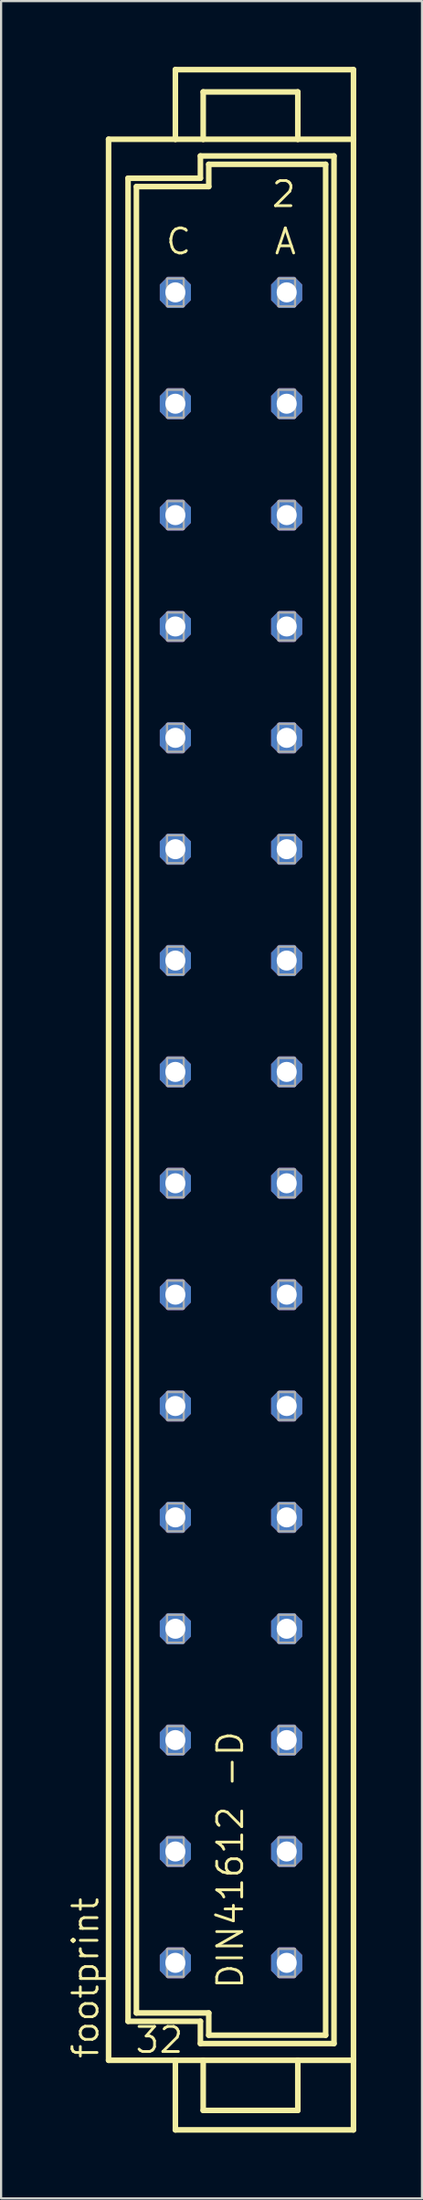
<source format=kicad_pcb>
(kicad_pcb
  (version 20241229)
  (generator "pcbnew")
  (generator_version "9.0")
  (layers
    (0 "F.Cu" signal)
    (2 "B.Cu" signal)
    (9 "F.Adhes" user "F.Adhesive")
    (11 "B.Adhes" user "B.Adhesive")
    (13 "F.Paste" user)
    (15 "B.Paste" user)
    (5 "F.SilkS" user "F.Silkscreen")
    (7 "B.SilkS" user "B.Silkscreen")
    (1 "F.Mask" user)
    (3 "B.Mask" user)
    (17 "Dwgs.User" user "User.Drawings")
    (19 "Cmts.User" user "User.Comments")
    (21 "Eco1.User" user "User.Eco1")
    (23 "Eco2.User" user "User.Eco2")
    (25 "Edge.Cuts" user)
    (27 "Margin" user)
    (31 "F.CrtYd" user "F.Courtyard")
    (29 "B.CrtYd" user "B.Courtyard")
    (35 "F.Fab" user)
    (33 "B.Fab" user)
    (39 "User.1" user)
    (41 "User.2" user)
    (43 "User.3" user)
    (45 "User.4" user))
  (footprint "footprint"
    (layer "F.Cu")
    (at 7.493 47.117)
    (property "Reference" "footprint" (at -5.969 43.815 90) (layer "F.SilkS") (effects (font (size 1.143 1.143) (thickness 0.127)) (justify left bottom)))
    (fp_line (start -5.588 -43.815) (end -2.54 -43.815) (stroke (width 0.254) (type solid)) (layer "F.SilkS"))
    (fp_line (start -5.588 43.815) (end -5.588 -43.815) (stroke (width 0.254) (type solid)) (layer "F.SilkS"))
    (fp_line (start -5.588 43.815) (end -2.54 43.815) (stroke (width 0.254) (type solid)) (layer "F.SilkS"))
    (fp_line (start -4.699 -42.037) (end -4.699 42.037) (stroke (width 0.254) (type solid)) (layer "F.SilkS"))
    (fp_line (start -4.699 42.037) (end -1.397 42.037) (stroke (width 0.254) (type solid)) (layer "F.SilkS"))
    (fp_line (start -4.318 -41.656) (end -4.318 41.656) (stroke (width 0.254) (type solid)) (layer "F.SilkS"))
    (fp_line (start -4.318 -41.656) (end -1.016 -41.656) (stroke (width 0.254) (type solid)) (layer "F.SilkS"))
    (fp_line (start -4.318 41.656) (end -1.016 41.656) (stroke (width 0.254) (type solid)) (layer "F.SilkS"))
    (fp_line (start -2.54 -46.99) (end -2.54 -43.815) (stroke (width 0.254) (type solid)) (layer "F.SilkS"))
    (fp_line (start -2.54 -43.815) (end -1.27 -43.815) (stroke (width 0.254) (type solid)) (layer "F.SilkS"))
    (fp_line (start -2.54 43.815) (end -2.54 46.99) (stroke (width 0.254) (type solid)) (layer "F.SilkS"))
    (fp_line (start -2.54 43.815) (end -1.27 43.815) (stroke (width 0.254) (type solid)) (layer "F.SilkS"))
    (fp_line (start -2.54 46.99) (end 5.588 46.99) (stroke (width 0.254) (type solid)) (layer "F.SilkS"))
    (fp_line (start -1.397 -43.053) (end -1.397 -42.037) (stroke (width 0.254) (type solid)) (layer "F.SilkS"))
    (fp_line (start -1.397 -42.037) (end -4.699 -42.037) (stroke (width 0.254) (type solid)) (layer "F.SilkS"))
    (fp_line (start -1.397 42.037) (end -1.397 43.053) (stroke (width 0.254) (type solid)) (layer "F.SilkS"))
    (fp_line (start -1.397 43.053) (end 4.699 43.053) (stroke (width 0.254) (type solid)) (layer "F.SilkS"))
    (fp_line (start -1.27 -45.974) (end -1.27 -43.815) (stroke (width 0.254) (type solid)) (layer "F.SilkS"))
    (fp_line (start -1.27 -45.974) (end 3.048 -45.974) (stroke (width 0.254) (type solid)) (layer "F.SilkS"))
    (fp_line (start -1.27 -43.815) (end 3.048 -43.815) (stroke (width 0.254) (type solid)) (layer "F.SilkS"))
    (fp_line (start -1.27 43.815) (end -1.27 46.101) (stroke (width 0.254) (type solid)) (layer "F.SilkS"))
    (fp_line (start -1.27 43.815) (end 3.048 43.815) (stroke (width 0.254) (type solid)) (layer "F.SilkS"))
    (fp_line (start -1.27 46.101) (end 3.048 46.101) (stroke (width 0.254) (type solid)) (layer "F.SilkS"))
    (fp_line (start -1.016 -42.672) (end 4.318 -42.672) (stroke (width 0.254) (type solid)) (layer "F.SilkS"))
    (fp_line (start -1.016 -41.656) (end -1.016 -42.672) (stroke (width 0.254) (type solid)) (layer "F.SilkS"))
    (fp_line (start -1.016 41.656) (end -1.016 42.672) (stroke (width 0.254) (type solid)) (layer "F.SilkS"))
    (fp_line (start -1.016 42.672) (end 4.318 42.672) (stroke (width 0.254) (type solid)) (layer "F.SilkS"))
    (fp_line (start 3.048 -45.974) (end 3.048 -43.815) (stroke (width 0.254) (type solid)) (layer "F.SilkS"))
    (fp_line (start 3.048 -43.815) (end 5.588 -43.815) (stroke (width 0.254) (type solid)) (layer "F.SilkS"))
    (fp_line (start 3.048 43.815) (end 3.048 46.101) (stroke (width 0.254) (type solid)) (layer "F.SilkS"))
    (fp_line (start 3.048 43.815) (end 5.588 43.815) (stroke (width 0.254) (type solid)) (layer "F.SilkS"))
    (fp_line (start 4.318 -42.672) (end 4.318 42.672) (stroke (width 0.254) (type solid)) (layer "F.SilkS"))
    (fp_line (start 4.699 -43.053) (end -1.397 -43.053) (stroke (width 0.254) (type solid)) (layer "F.SilkS"))
    (fp_line (start 4.699 43.053) (end 4.699 -43.053) (stroke (width 0.254) (type solid)) (layer "F.SilkS"))
    (fp_line (start 5.588 -46.99) (end -2.54 -46.99) (stroke (width 0.254) (type solid)) (layer "F.SilkS"))
    (fp_line (start 5.588 -43.815) (end 5.588 -46.99) (stroke (width 0.254) (type solid)) (layer "F.SilkS"))
    (fp_line (start 5.588 43.815) (end 5.588 -43.815) (stroke (width 0.254) (type solid)) (layer "F.SilkS"))
    (fp_line (start 5.588 46.99) (end 5.588 43.815) (stroke (width 0.254) (type solid)) (layer "F.SilkS"))
    (fp_poly (pts (xy -2.921 -36.195) (xy -2.159 -36.195) (xy -2.159 -37.465) (xy -2.921 -37.465)) (stroke (width 0.1) (type solid)) (fill no) (layer "F.Fab"))
    (fp_poly (pts (xy -2.921 -31.115) (xy -2.159 -31.115) (xy -2.159 -32.385) (xy -2.921 -32.385)) (stroke (width 0.1) (type solid)) (fill no) (layer "F.Fab"))
    (fp_poly (pts (xy -2.921 -26.035) (xy -2.159 -26.035) (xy -2.159 -27.305) (xy -2.921 -27.305)) (stroke (width 0.1) (type solid)) (fill no) (layer "F.Fab"))
    (fp_poly (pts (xy -2.921 -20.955) (xy -2.159 -20.955) (xy -2.159 -22.225) (xy -2.921 -22.225)) (stroke (width 0.1) (type solid)) (fill no) (layer "F.Fab"))
    (fp_poly (pts (xy -2.921 -15.875) (xy -2.159 -15.875) (xy -2.159 -17.145) (xy -2.921 -17.145)) (stroke (width 0.1) (type solid)) (fill no) (layer "F.Fab"))
    (fp_poly (pts (xy -2.921 -10.795) (xy -2.159 -10.795) (xy -2.159 -12.065) (xy -2.921 -12.065)) (stroke (width 0.1) (type solid)) (fill no) (layer "F.Fab"))
    (fp_poly (pts (xy -2.921 -5.715) (xy -2.159 -5.715) (xy -2.159 -6.985) (xy -2.921 -6.985)) (stroke (width 0.1) (type solid)) (fill no) (layer "F.Fab"))
    (fp_poly (pts (xy -2.921 -0.635) (xy -2.159 -0.635) (xy -2.159 -1.905) (xy -2.921 -1.905)) (stroke (width 0.1) (type solid)) (fill no) (layer "F.Fab"))
    (fp_poly (pts (xy -2.921 4.445) (xy -2.159 4.445) (xy -2.159 3.175) (xy -2.921 3.175)) (stroke (width 0.1) (type solid)) (fill no) (layer "F.Fab"))
    (fp_poly (pts (xy -2.921 9.525) (xy -2.159 9.525) (xy -2.159 8.255) (xy -2.921 8.255)) (stroke (width 0.1) (type solid)) (fill no) (layer "F.Fab"))
    (fp_poly (pts (xy -2.921 14.605) (xy -2.159 14.605) (xy -2.159 13.335) (xy -2.921 13.335)) (stroke (width 0.1) (type solid)) (fill no) (layer "F.Fab"))
    (fp_poly (pts (xy -2.921 19.685) (xy -2.159 19.685) (xy -2.159 18.415) (xy -2.921 18.415)) (stroke (width 0.1) (type solid)) (fill no) (layer "F.Fab"))
    (fp_poly (pts (xy -2.921 24.765) (xy -2.159 24.765) (xy -2.159 23.495) (xy -2.921 23.495)) (stroke (width 0.1) (type solid)) (fill no) (layer "F.Fab"))
    (fp_poly (pts (xy -2.921 29.845) (xy -2.159 29.845) (xy -2.159 28.575) (xy -2.921 28.575)) (stroke (width 0.1) (type solid)) (fill no) (layer "F.Fab"))
    (fp_poly (pts (xy -2.921 34.925) (xy -2.159 34.925) (xy -2.159 33.655) (xy -2.921 33.655)) (stroke (width 0.1) (type solid)) (fill no) (layer "F.Fab"))
    (fp_poly (pts (xy -2.921 40.005) (xy -2.159 40.005) (xy -2.159 38.735) (xy -2.921 38.735)) (stroke (width 0.1) (type solid)) (fill no) (layer "F.Fab"))
    (fp_poly (pts (xy 2.159 -36.195) (xy 2.921 -36.195) (xy 2.921 -37.465) (xy 2.159 -37.465)) (stroke (width 0.1) (type solid)) (fill no) (layer "F.Fab"))
    (fp_poly (pts (xy 2.159 -31.115) (xy 2.921 -31.115) (xy 2.921 -32.385) (xy 2.159 -32.385)) (stroke (width 0.1) (type solid)) (fill no) (layer "F.Fab"))
    (fp_poly (pts (xy 2.159 -26.035) (xy 2.921 -26.035) (xy 2.921 -27.305) (xy 2.159 -27.305)) (stroke (width 0.1) (type solid)) (fill no) (layer "F.Fab"))
    (fp_poly (pts (xy 2.159 -20.955) (xy 2.921 -20.955) (xy 2.921 -22.225) (xy 2.159 -22.225)) (stroke (width 0.1) (type solid)) (fill no) (layer "F.Fab"))
    (fp_poly (pts (xy 2.159 -15.875) (xy 2.921 -15.875) (xy 2.921 -17.145) (xy 2.159 -17.145)) (stroke (width 0.1) (type solid)) (fill no) (layer "F.Fab"))
    (fp_poly (pts (xy 2.159 -10.795) (xy 2.921 -10.795) (xy 2.921 -12.065) (xy 2.159 -12.065)) (stroke (width 0.1) (type solid)) (fill no) (layer "F.Fab"))
    (fp_poly (pts (xy 2.159 -5.715) (xy 2.921 -5.715) (xy 2.921 -6.985) (xy 2.159 -6.985)) (stroke (width 0.1) (type solid)) (fill no) (layer "F.Fab"))
    (fp_poly (pts (xy 2.159 -0.635) (xy 2.921 -0.635) (xy 2.921 -1.905) (xy 2.159 -1.905)) (stroke (width 0.1) (type solid)) (fill no) (layer "F.Fab"))
    (fp_poly (pts (xy 2.159 4.445) (xy 2.921 4.445) (xy 2.921 3.175) (xy 2.159 3.175)) (stroke (width 0.1) (type solid)) (fill no) (layer "F.Fab"))
    (fp_poly (pts (xy 2.159 9.525) (xy 2.921 9.525) (xy 2.921 8.255) (xy 2.159 8.255)) (stroke (width 0.1) (type solid)) (fill no) (layer "F.Fab"))
    (fp_poly (pts (xy 2.159 14.605) (xy 2.921 14.605) (xy 2.921 13.335) (xy 2.159 13.335)) (stroke (width 0.1) (type solid)) (fill no) (layer "F.Fab"))
    (fp_poly (pts (xy 2.159 19.685) (xy 2.921 19.685) (xy 2.921 18.415) (xy 2.159 18.415)) (stroke (width 0.1) (type solid)) (fill no) (layer "F.Fab"))
    (fp_poly (pts (xy 2.159 24.765) (xy 2.921 24.765) (xy 2.921 23.495) (xy 2.159 23.495)) (stroke (width 0.1) (type solid)) (fill no) (layer "F.Fab"))
    (fp_poly (pts (xy 2.159 29.845) (xy 2.921 29.845) (xy 2.921 28.575) (xy 2.159 28.575)) (stroke (width 0.1) (type solid)) (fill no) (layer "F.Fab"))
    (fp_poly (pts (xy 2.159 34.925) (xy 2.921 34.925) (xy 2.921 33.655) (xy 2.159 33.655)) (stroke (width 0.1) (type solid)) (fill no) (layer "F.Fab"))
    (fp_poly (pts (xy 2.159 40.005) (xy 2.921 40.005) (xy 2.921 38.735) (xy 2.159 38.735)) (stroke (width 0.1) (type solid)) (fill no) (layer "F.Fab"))
    (fp_text user "32" (at -4.445 43.561 0) (layer "F.SilkS") (effects (font (size 1.143 1.143) (thickness 0.127)) (justify left bottom)))
    (fp_text user "2" (at 1.778 -40.64 0) (layer "F.SilkS") (effects (font (size 1.143 1.143) (thickness 0.127)) (justify left bottom)))
    (fp_text user "C" (at -3.048 -38.481 0) (layer "F.SilkS") (effects (font (size 1.143 1.143) (thickness 0.127)) (justify left bottom)))
    (fp_text user "DIN41612 -D" (at 0.635 40.64 90) (layer "F.SilkS") (effects (font (size 1.143 1.143) (thickness 0.127)) (justify left bottom)))
    (fp_text user "A" (at 1.905 -38.481 0) (layer "F.SilkS") (effects (font (size 1.143 1.143) (thickness 0.127)) (justify left bottom)))
    (pad "A2" thru_hole roundrect (at 2.54 -36.83) (size 1.422 1.422) (drill 0.914) (layers "*.Cu" "*.Mask") (roundrect_rratio 0.25) (chamfer_ratio 0.25) (chamfer top_left top_right bottom_left bottom_right))
    (pad "A4" thru_hole roundrect (at 2.54 -31.75) (size 1.422 1.422) (drill 0.914) (layers "*.Cu" "*.Mask") (roundrect_rratio 0.25) (chamfer_ratio 0.25) (chamfer top_left top_right bottom_left bottom_right))
    (pad "A6" thru_hole roundrect (at 2.54 -26.67) (size 1.422 1.422) (drill 0.914) (layers "*.Cu" "*.Mask") (roundrect_rratio 0.25) (chamfer_ratio 0.25) (chamfer top_left top_right bottom_left bottom_right))
    (pad "A8" thru_hole roundrect (at 2.54 -21.59) (size 1.422 1.422) (drill 0.914) (layers "*.Cu" "*.Mask") (roundrect_rratio 0.25) (chamfer_ratio 0.25) (chamfer top_left top_right bottom_left bottom_right))
    (pad "A10" thru_hole roundrect (at 2.54 -16.51) (size 1.422 1.422) (drill 0.914) (layers "*.Cu" "*.Mask") (roundrect_rratio 0.25) (chamfer_ratio 0.25) (chamfer top_left top_right bottom_left bottom_right))
    (pad "A12" thru_hole roundrect (at 2.54 -11.43) (size 1.422 1.422) (drill 0.914) (layers "*.Cu" "*.Mask") (roundrect_rratio 0.25) (chamfer_ratio 0.25) (chamfer top_left top_right bottom_left bottom_right))
    (pad "A14" thru_hole roundrect (at 2.54 -6.35) (size 1.422 1.422) (drill 0.914) (layers "*.Cu" "*.Mask") (roundrect_rratio 0.25) (chamfer_ratio 0.25) (chamfer top_left top_right bottom_left bottom_right))
    (pad "A16" thru_hole roundrect (at 2.54 -1.27) (size 1.422 1.422) (drill 0.914) (layers "*.Cu" "*.Mask") (roundrect_rratio 0.25) (chamfer_ratio 0.25) (chamfer top_left top_right bottom_left bottom_right))
    (pad "A18" thru_hole roundrect (at 2.54 3.81) (size 1.422 1.422) (drill 0.914) (layers "*.Cu" "*.Mask") (roundrect_rratio 0.25) (chamfer_ratio 0.25) (chamfer top_left top_right bottom_left bottom_right))
    (pad "A20" thru_hole roundrect (at 2.54 8.89) (size 1.422 1.422) (drill 0.914) (layers "*.Cu" "*.Mask") (roundrect_rratio 0.25) (chamfer_ratio 0.25) (chamfer top_left top_right bottom_left bottom_right))
    (pad "A22" thru_hole roundrect (at 2.54 13.97) (size 1.422 1.422) (drill 0.914) (layers "*.Cu" "*.Mask") (roundrect_rratio 0.25) (chamfer_ratio 0.25) (chamfer top_left top_right bottom_left bottom_right))
    (pad "A24" thru_hole roundrect (at 2.54 19.05) (size 1.422 1.422) (drill 0.914) (layers "*.Cu" "*.Mask") (roundrect_rratio 0.25) (chamfer_ratio 0.25) (chamfer top_left top_right bottom_left bottom_right))
    (pad "A26" thru_hole roundrect (at 2.54 24.13) (size 1.422 1.422) (drill 0.914) (layers "*.Cu" "*.Mask") (roundrect_rratio 0.25) (chamfer_ratio 0.25) (chamfer top_left top_right bottom_left bottom_right))
    (pad "A28" thru_hole roundrect (at 2.54 29.21) (size 1.422 1.422) (drill 0.914) (layers "*.Cu" "*.Mask") (roundrect_rratio 0.25) (chamfer_ratio 0.25) (chamfer top_left top_right bottom_left bottom_right))
    (pad "A30" thru_hole roundrect (at 2.54 34.29) (size 1.422 1.422) (drill 0.914) (layers "*.Cu" "*.Mask") (roundrect_rratio 0.25) (chamfer_ratio 0.25) (chamfer top_left top_right bottom_left bottom_right))
    (pad "A32" thru_hole roundrect (at 2.54 39.37) (size 1.422 1.422) (drill 0.914) (layers "*.Cu" "*.Mask") (roundrect_rratio 0.25) (chamfer_ratio 0.25) (chamfer top_left top_right bottom_left bottom_right))
    (pad "C2" thru_hole roundrect (at -2.54 -36.83) (size 1.422 1.422) (drill 0.914) (layers "*.Cu" "*.Mask") (roundrect_rratio 0.25) (chamfer_ratio 0.25) (chamfer top_left top_right bottom_left bottom_right))
    (pad "C4" thru_hole roundrect (at -2.54 -31.75) (size 1.422 1.422) (drill 0.914) (layers "*.Cu" "*.Mask") (roundrect_rratio 0.25) (chamfer_ratio 0.25) (chamfer top_left top_right bottom_left bottom_right))
    (pad "C6" thru_hole roundrect (at -2.54 -26.67) (size 1.422 1.422) (drill 0.914) (layers "*.Cu" "*.Mask") (roundrect_rratio 0.25) (chamfer_ratio 0.25) (chamfer top_left top_right bottom_left bottom_right))
    (pad "C8" thru_hole roundrect (at -2.54 -21.59) (size 1.422 1.422) (drill 0.914) (layers "*.Cu" "*.Mask") (roundrect_rratio 0.25) (chamfer_ratio 0.25) (chamfer top_left top_right bottom_left bottom_right))
    (pad "C10" thru_hole roundrect (at -2.54 -16.51) (size 1.422 1.422) (drill 0.914) (layers "*.Cu" "*.Mask") (roundrect_rratio 0.25) (chamfer_ratio 0.25) (chamfer top_left top_right bottom_left bottom_right))
    (pad "C12" thru_hole roundrect (at -2.54 -11.43) (size 1.422 1.422) (drill 0.914) (layers "*.Cu" "*.Mask") (roundrect_rratio 0.25) (chamfer_ratio 0.25) (chamfer top_left top_right bottom_left bottom_right))
    (pad "C14" thru_hole roundrect (at -2.54 -6.35) (size 1.422 1.422) (drill 0.914) (layers "*.Cu" "*.Mask") (roundrect_rratio 0.25) (chamfer_ratio 0.25) (chamfer top_left top_right bottom_left bottom_right))
    (pad "C16" thru_hole roundrect (at -2.54 -1.27) (size 1.422 1.422) (drill 0.914) (layers "*.Cu" "*.Mask") (roundrect_rratio 0.25) (chamfer_ratio 0.25) (chamfer top_left top_right bottom_left bottom_right))
    (pad "C18" thru_hole roundrect (at -2.54 3.81) (size 1.422 1.422) (drill 0.914) (layers "*.Cu" "*.Mask") (roundrect_rratio 0.25) (chamfer_ratio 0.25) (chamfer top_left top_right bottom_left bottom_right))
    (pad "C20" thru_hole roundrect (at -2.54 8.89) (size 1.422 1.422) (drill 0.914) (layers "*.Cu" "*.Mask") (roundrect_rratio 0.25) (chamfer_ratio 0.25) (chamfer top_left top_right bottom_left bottom_right))
    (pad "C22" thru_hole roundrect (at -2.54 13.97) (size 1.422 1.422) (drill 0.914) (layers "*.Cu" "*.Mask") (roundrect_rratio 0.25) (chamfer_ratio 0.25) (chamfer top_left top_right bottom_left bottom_right))
    (pad "C24" thru_hole roundrect (at -2.54 19.05) (size 1.422 1.422) (drill 0.914) (layers "*.Cu" "*.Mask") (roundrect_rratio 0.25) (chamfer_ratio 0.25) (chamfer top_left top_right bottom_left bottom_right))
    (pad "C26" thru_hole roundrect (at -2.54 24.13) (size 1.422 1.422) (drill 0.914) (layers "*.Cu" "*.Mask") (roundrect_rratio 0.25) (chamfer_ratio 0.25) (chamfer top_left top_right bottom_left bottom_right))
    (pad "C28" thru_hole roundrect (at -2.54 29.21) (size 1.422 1.422) (drill 0.914) (layers "*.Cu" "*.Mask") (roundrect_rratio 0.25) (chamfer_ratio 0.25) (chamfer top_left top_right bottom_left bottom_right))
    (pad "C30" thru_hole roundrect (at -2.54 34.29) (size 1.422 1.422) (drill 0.914) (layers "*.Cu" "*.Mask") (roundrect_rratio 0.25) (chamfer_ratio 0.25) (chamfer top_left top_right bottom_left bottom_right))
    (pad "C32" thru_hole roundrect (at -2.54 39.37) (size 1.422 1.422) (drill 0.914) (layers "*.Cu" "*.Mask") (roundrect_rratio 0.25) (chamfer_ratio 0.25) (chamfer top_left top_right bottom_left bottom_right)))
  (gr_rect
    (start -3 -3)
    (end 16.208 97.234)
    (stroke (width 0.1) (type default))
    (fill no)
    (layer "Edge.Cuts")))
</source>
